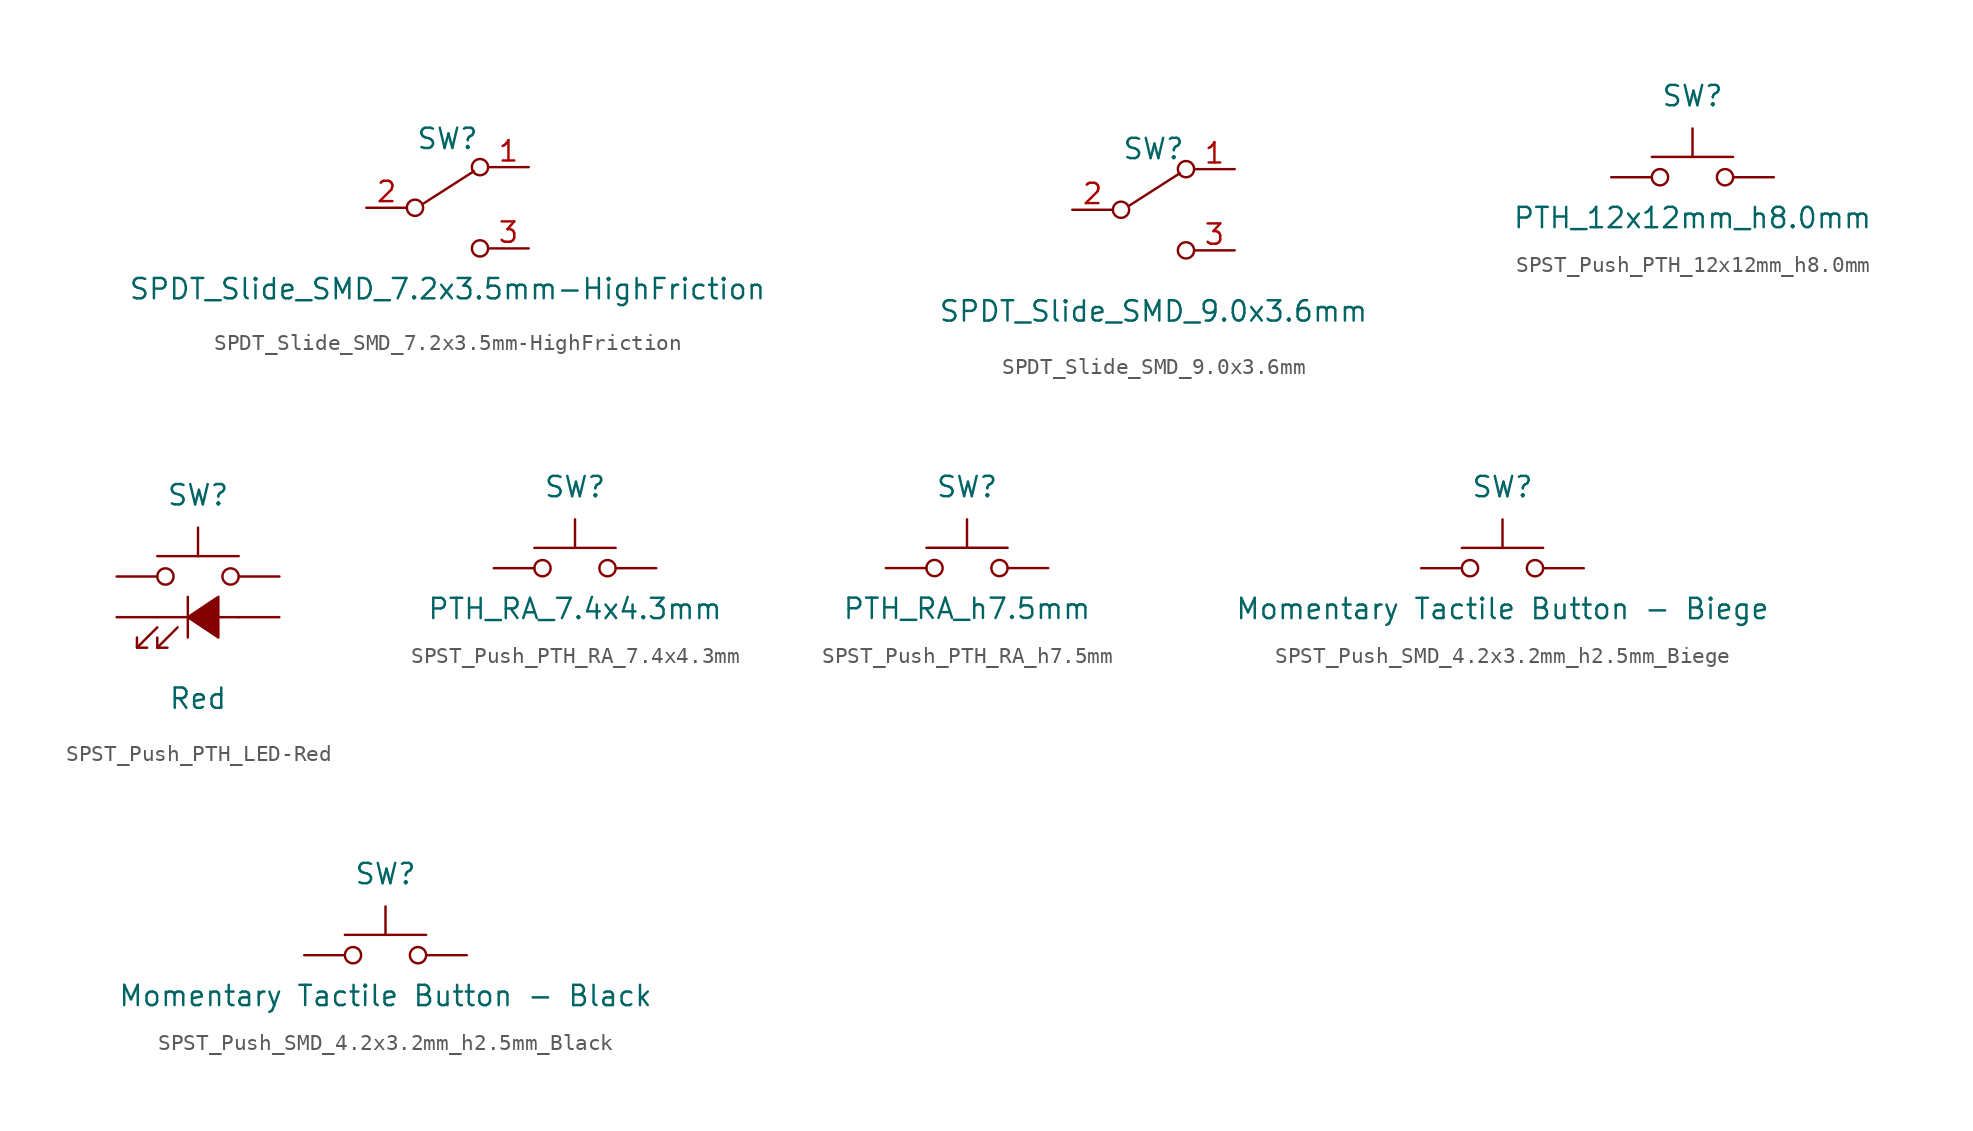
<source format=kicad_sym>
(kicad_symbol_lib
  (version 20241209)
  (generator "kicad_symbol_editor")
  (generator_version "9.0")
  (symbol "SPDT_Slide_SMD_7.2x3.5mm-HighFriction"
    (pin_names
      (offset 0)
      (hide yes))
    (property "Reference" "SW"
      (at 0 4.318 0)
      (effects (font (size 1.27 1.27))))
    (property "Value" "SPDT_Slide_SMD_7.2x3.5mm-HighFriction"
      (at 0 -5.08 0)
      (effects (font (size 1.27 1.27))))
    (symbol "SPDT_Slide_SMD_7.2x3.5mm-HighFriction_0_0"
      (circle (center -2.032 0) (radius 0.508) (stroke (width 0) (type default)) (fill (type none)))
      (circle (center 2.032 -2.54) (radius 0.508) (stroke (width 0) (type default)) (fill (type none))))
    (symbol "SPDT_Slide_SMD_7.2x3.5mm-HighFriction_0_1"
      (polyline (pts (xy -1.524 0.254) (xy 1.651 2.286)) (stroke (width 0) (type default)) (fill (type none)))
      (circle (center 2.032 2.54) (radius 0.508) (stroke (width 0) (type default)) (fill (type none))))
    (symbol "SPDT_Slide_SMD_7.2x3.5mm-HighFriction_1_1"
      (pin no_connect line (at -5.08 7.62 0) (length 2.54) (hide yes) (name "6" (effects (font (size 1.27 1.27)))) (number "6" (effects (font (size 1.27 1.27)))))
      (pin no_connect line (at -5.08 5.08 0) (length 2.54) (hide yes) (name "5" (effects (font (size 1.27 1.27)))) (number "5" (effects (font (size 1.27 1.27)))))
      (pin no_connect line (at -5.08 2.54 0) (length 2.54) (hide yes) (name "4" (effects (font (size 1.27 1.27)))) (number "4" (effects (font (size 1.27 1.27)))))
      (pin passive line (at -5.08 0 0) (length 2.54) (name "B" (effects (font (size 1.27 1.27)))) (number "2" (effects (font (size 1.27 1.27)))))
      (pin passive line (at 5.08 2.54 180) (length 2.54) (name "A" (effects (font (size 1.27 1.27)))) (number "1" (effects (font (size 1.27 1.27)))))
      (pin passive line (at 5.08 -2.54 180) (length 2.54) (name "C" (effects (font (size 1.27 1.27)))) (number "3" (effects (font (size 1.27 1.27)))))))
  (symbol "SPDT_Slide_SMD_9.0x3.6mm"
    (pin_names
      (offset 0)
      (hide yes))
    (property "Reference" "SW"
      (at 0 5.08 0)
      (effects (font (size 1.27 1.27))))
    (property "Value" "SPDT_Slide_SMD_9.0x3.6mm"
      (at 0 -5.08 0)
      (effects (font (size 1.27 1.27))))
    (symbol "SPDT_Slide_SMD_9.0x3.6mm_0_0"
      (circle (center -2.032 1.27) (radius 0.508) (stroke (width 0) (type default)) (fill (type none)))
      (circle (center 2.032 -1.27) (radius 0.508) (stroke (width 0) (type default)) (fill (type none))))
    (symbol "SPDT_Slide_SMD_9.0x3.6mm_0_1"
      (polyline (pts (xy -1.524 1.524) (xy 1.651 3.556)) (stroke (width 0) (type default)) (fill (type none)))
      (circle (center 2.032 3.81) (radius 0.508) (stroke (width 0) (type default)) (fill (type none))))
    (symbol "SPDT_Slide_SMD_9.0x3.6mm_1_1"
      (pin no_connect line (at -5.08 8.89 0) (length 2.54) (hide yes) (name "6" (effects (font (size 1.27 1.27)))) (number "6" (effects (font (size 1.27 1.27)))))
      (pin no_connect line (at -5.08 6.35 0) (length 2.54) (hide yes) (name "5" (effects (font (size 1.27 1.27)))) (number "5" (effects (font (size 1.27 1.27)))))
      (pin no_connect line (at -5.08 3.81 0) (length 2.54) (hide yes) (name "4" (effects (font (size 1.27 1.27)))) (number "4" (effects (font (size 1.27 1.27)))))
      (pin passive line (at -5.08 1.27 0) (length 2.54) (name "B" (effects (font (size 1.27 1.27)))) (number "2" (effects (font (size 1.27 1.27)))))
      (pin passive line (at 5.08 3.81 180) (length 2.54) (name "A" (effects (font (size 1.27 1.27)))) (number "1" (effects (font (size 1.27 1.27)))))
      (pin passive line (at 5.08 -1.27 180) (length 2.54) (name "C" (effects (font (size 1.27 1.27)))) (number "3" (effects (font (size 1.27 1.27)))))))
  (symbol "SPST_Push_PTH_12x12mm_h8.0mm"
    (pin_numbers
      (hide yes))
    (pin_names
      (offset 0)
      (hide yes))
    (property "Reference" "SW"
      (at 0 5.08 0)
      (effects (font (size 1.27 1.27))))
    (property "Value" "PTH_12x12mm_h8.0mm"
      (at 0 -2.54 0)
      (effects (font (size 1.27 1.27))))
    (symbol "SPST_Push_PTH_12x12mm_h8.0mm_0_1"
      (circle (center -2.032 0) (radius 0.508) (stroke (width 0) (type default)) (fill (type none)))
      (polyline (pts (xy 0 1.27) (xy 0 3.048)) (stroke (width 0) (type default)) (fill (type none)))
      (circle (center 2.032 0) (radius 0.508) (stroke (width 0) (type default)) (fill (type none)))
      (polyline (pts (xy 2.54 1.27) (xy -2.54 1.27)) (stroke (width 0) (type default)) (fill (type none)))
      (pin passive line (at -5.08 0 0) (length 2.54) (name "1" (effects (font (size 1.27 1.27)))) (number "1" (effects (font (size 1.27 1.27))))))
    (symbol "SPST_Push_PTH_12x12mm_h8.0mm_1_1"
      (pin passive line (at 5.08 0 180) (length 2.54) (name "2" (effects (font (size 1.27 1.27)))) (number "2" (effects (font (size 1.27 1.27)))))))
  (symbol "SPST_Push_PTH_LED-Red"
    (pin_numbers
      (hide yes))
    (pin_names
      (offset 0)
      (hide yes))
    (property "Reference" "SW"
      (at 0 7.62 0)
      (effects (font (size 1.27 1.27))))
    (property "Value" "Red"
      (at 0 -5.08 0)
      (effects (font (size 1.27 1.27))))
    (symbol "SPST_Push_PTH_LED-Red_0_0"
      (polyline (pts (xy -3.81 -1.27) (xy -3.81 -1.905) (xy -3.175 -1.905)) (stroke (width 0) (type default)) (fill (type none)))
      (polyline (pts (xy -3.81 -1.905) (xy -2.54 -0.635)) (stroke (width 0) (type default)) (fill (type none)))
      (polyline (pts (xy -2.54 0) (xy 2.54 0)) (stroke (width 0) (type default)) (fill (type none)))
      (polyline (pts (xy -2.54 -1.27) (xy -2.54 -1.905) (xy -1.905 -1.905)) (stroke (width 0) (type default)) (fill (type none)))
      (polyline (pts (xy -2.54 -1.905) (xy -1.27 -0.635)) (stroke (width 0) (type default)) (fill (type none)))
      (polyline (pts (xy -0.635 1.27) (xy -0.635 -1.27)) (stroke (width 0) (type default)) (fill (type none)))
      (polyline (pts (xy -0.635 0) (xy 1.27 1.27) (xy 1.27 -1.27) (xy -0.635 0)) (stroke (width 0) (type default)) (fill (type outline))))
    (symbol "SPST_Push_PTH_LED-Red_0_1"
      (circle (center -2.032 2.54) (radius 0.508) (stroke (width 0) (type default)) (fill (type none)))
      (polyline (pts (xy 0 3.81) (xy 0 5.588)) (stroke (width 0) (type default)) (fill (type none)))
      (circle (center 2.032 2.54) (radius 0.508) (stroke (width 0) (type default)) (fill (type none)))
      (polyline (pts (xy 2.54 3.81) (xy -2.54 3.81)) (stroke (width 0) (type default)) (fill (type none)))
      (pin passive line (at -5.08 2.54 0) (length 2.54) (name "1" (effects (font (size 1.27 1.27)))) (number "1" (effects (font (size 1.27 1.27)))))
      (pin passive line (at 5.08 2.54 180) (length 2.54) (name "2" (effects (font (size 1.27 1.27)))) (number "2" (effects (font (size 1.27 1.27))))))
    (symbol "SPST_Push_PTH_LED-Red_1_1"
      (pin passive line (at -5.08 0 0) (length 2.54) (name "K" (effects (font (size 1.27 1.27)))) (number "K" (effects (font (size 1.27 1.27)))))
      (pin passive line (at 5.08 0 180) (length 2.54) (name "A" (effects (font (size 1.27 1.27)))) (number "A" (effects (font (size 1.27 1.27)))))))
  (symbol "SPST_Push_PTH_RA_7.4x4.3mm"
    (pin_numbers
      (hide yes))
    (pin_names
      (offset 0)
      (hide yes))
    (property "Reference" "SW"
      (at 0 5.08 0)
      (effects (font (size 1.27 1.27))))
    (property "Value" "PTH_RA_7.4x4.3mm"
      (at 0 -2.54 0)
      (effects (font (size 1.27 1.27))))
    (symbol "SPST_Push_PTH_RA_7.4x4.3mm_0_1"
      (circle (center -2.032 0) (radius 0.508) (stroke (width 0) (type default)) (fill (type none)))
      (polyline (pts (xy 0 1.27) (xy 0 3.048)) (stroke (width 0) (type default)) (fill (type none)))
      (circle (center 2.032 0) (radius 0.508) (stroke (width 0) (type default)) (fill (type none)))
      (polyline (pts (xy 2.54 1.27) (xy -2.54 1.27)) (stroke (width 0) (type default)) (fill (type none)))
      (pin passive line (at -5.08 0 0) (length 2.54) (name "1" (effects (font (size 1.27 1.27)))) (number "1" (effects (font (size 1.27 1.27)))))
      (pin passive line (at 5.08 0 180) (length 2.54) (name "2" (effects (font (size 1.27 1.27)))) (number "2" (effects (font (size 1.27 1.27))))))
    (symbol "SPST_Push_PTH_RA_7.4x4.3mm_1_1"
      (pin passive line (at -5.08 2.54 0) (length 2.54) (hide yes) (name "M1" (effects (font (size 1.27 1.27)))) (number "M1" (effects (font (size 1.27 1.27)))))
      (pin passive line (at 5.08 2.54 180) (length 2.54) (hide yes) (name "M2" (effects (font (size 1.27 1.27)))) (number "M2" (effects (font (size 1.27 1.27)))))))
  (symbol "SPST_Push_PTH_RA_h7.5mm"
    (pin_numbers
      (hide yes))
    (pin_names
      (offset 0)
      (hide yes))
    (property "Reference" "SW"
      (at 0 5.08 0)
      (effects (font (size 1.27 1.27))))
    (property "Value" "PTH_RA_h7.5mm"
      (at 0 -2.54 0)
      (effects (font (size 1.27 1.27))))
    (symbol "SPST_Push_PTH_RA_h7.5mm_0_1"
      (circle (center -2.032 0) (radius 0.508) (stroke (width 0) (type default)) (fill (type none)))
      (polyline (pts (xy 0 1.27) (xy 0 3.048)) (stroke (width 0) (type default)) (fill (type none)))
      (circle (center 2.032 0) (radius 0.508) (stroke (width 0) (type default)) (fill (type none)))
      (polyline (pts (xy 2.54 1.27) (xy -2.54 1.27)) (stroke (width 0) (type default)) (fill (type none))))
    (symbol "SPST_Push_PTH_RA_h7.5mm_1_1"
      (pin passive line (at -5.08 2.54 0) (length 2.54) (hide yes) (name "M1" (effects (font (size 1.27 1.27)))) (number "M1" (effects (font (size 1.27 1.27)))))
      (pin passive line (at -5.08 0 0) (length 2.54) (name "1" (effects (font (size 1.27 1.27)))) (number "1" (effects (font (size 1.27 1.27)))))
      (pin passive line (at 5.08 2.54 180) (length 2.54) (hide yes) (name "M2" (effects (font (size 1.27 1.27)))) (number "M2" (effects (font (size 1.27 1.27)))))
      (pin passive line (at 5.08 0 180) (length 2.54) (name "2" (effects (font (size 1.27 1.27)))) (number "2" (effects (font (size 1.27 1.27)))))))
  (symbol "SPST_Push_SMD_4.2x3.2mm_h2.5mm_Biege"
    (pin_numbers
      (hide yes))
    (pin_names
      (offset 0)
      (hide yes))
    (property "Reference" "SW"
      (at 0 5.08 0)
      (effects (font (size 1.27 1.27))))
    (property "Value" "Momentary Tactile Button - Biege"
      (at 0 -2.54 0)
      (effects (font (size 1.27 1.27))))
    (symbol "SPST_Push_SMD_4.2x3.2mm_h2.5mm_Biege_0_1"
      (circle (center -2.032 0) (radius 0.508) (stroke (width 0) (type default)) (fill (type none)))
      (polyline (pts (xy 0 1.27) (xy 0 3.048)) (stroke (width 0) (type default)) (fill (type none)))
      (circle (center 2.032 0) (radius 0.508) (stroke (width 0) (type default)) (fill (type none)))
      (polyline (pts (xy 2.54 1.27) (xy -2.54 1.27)) (stroke (width 0) (type default)) (fill (type none)))
      (pin passive line (at -5.08 0 0) (length 2.54) (name "1" (effects (font (size 1.27 1.27)))) (number "1" (effects (font (size 1.27 1.27)))))
      (pin passive line (at 5.08 0 180) (length 2.54) (name "2" (effects (font (size 1.27 1.27)))) (number "2" (effects (font (size 1.27 1.27)))))))
  (symbol "SPST_Push_SMD_4.2x3.2mm_h2.5mm_Black"
    (pin_numbers
      (hide yes))
    (pin_names
      (offset 0)
      (hide yes))
    (property "Reference" "SW"
      (at 0 5.08 0)
      (effects (font (size 1.27 1.27))))
    (property "Value" "Momentary Tactile Button - Black"
      (at 0 -2.54 0)
      (effects (font (size 1.27 1.27))))
    (symbol "SPST_Push_SMD_4.2x3.2mm_h2.5mm_Black_0_1"
      (circle (center -2.032 0) (radius 0.508) (stroke (width 0) (type default)) (fill (type none)))
      (polyline (pts (xy 0 1.27) (xy 0 3.048)) (stroke (width 0) (type default)) (fill (type none)))
      (circle (center 2.032 0) (radius 0.508) (stroke (width 0) (type default)) (fill (type none)))
      (polyline (pts (xy 2.54 1.27) (xy -2.54 1.27)) (stroke (width 0) (type default)) (fill (type none)))
      (pin passive line (at -5.08 0 0) (length 2.54) (name "1" (effects (font (size 1.27 1.27)))) (number "1" (effects (font (size 1.27 1.27)))))
      (pin passive line (at 5.08 0 180) (length 2.54) (name "2" (effects (font (size 1.27 1.27)))) (number "2" (effects (font (size 1.27 1.27))))))))
</source>
